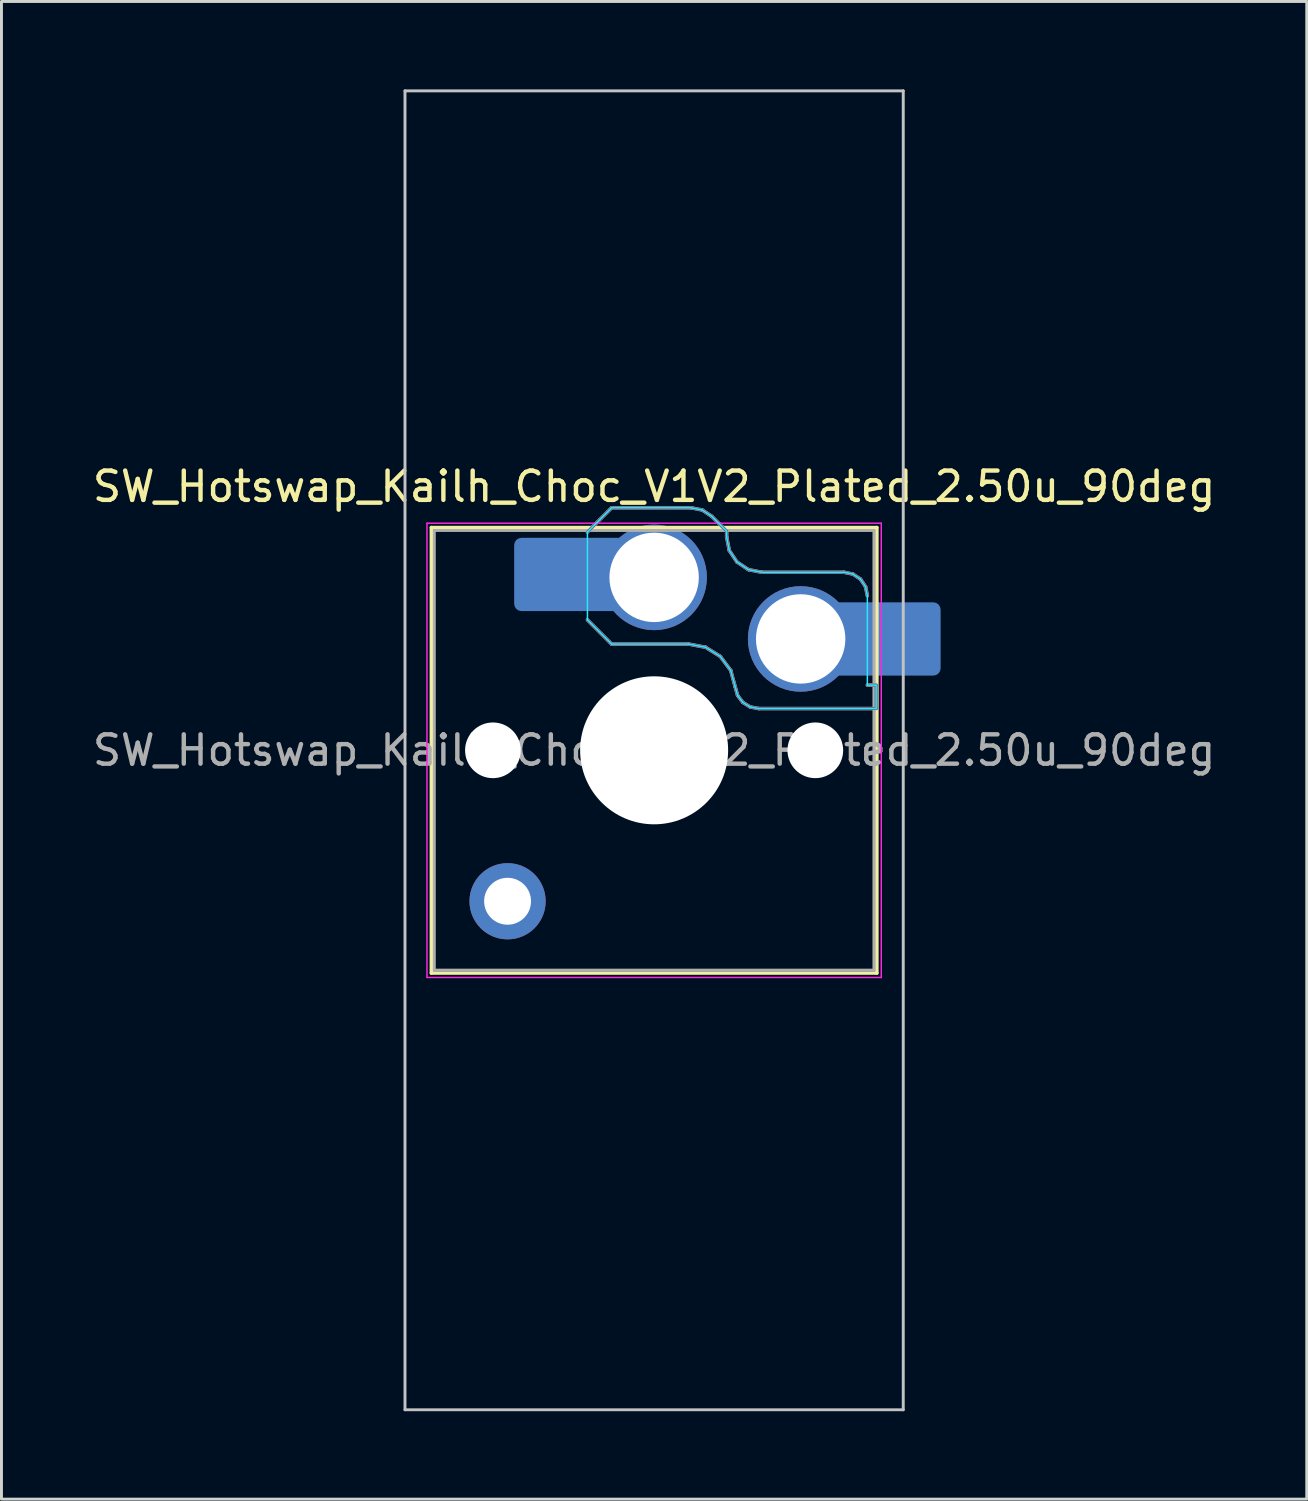
<source format=kicad_pcb>
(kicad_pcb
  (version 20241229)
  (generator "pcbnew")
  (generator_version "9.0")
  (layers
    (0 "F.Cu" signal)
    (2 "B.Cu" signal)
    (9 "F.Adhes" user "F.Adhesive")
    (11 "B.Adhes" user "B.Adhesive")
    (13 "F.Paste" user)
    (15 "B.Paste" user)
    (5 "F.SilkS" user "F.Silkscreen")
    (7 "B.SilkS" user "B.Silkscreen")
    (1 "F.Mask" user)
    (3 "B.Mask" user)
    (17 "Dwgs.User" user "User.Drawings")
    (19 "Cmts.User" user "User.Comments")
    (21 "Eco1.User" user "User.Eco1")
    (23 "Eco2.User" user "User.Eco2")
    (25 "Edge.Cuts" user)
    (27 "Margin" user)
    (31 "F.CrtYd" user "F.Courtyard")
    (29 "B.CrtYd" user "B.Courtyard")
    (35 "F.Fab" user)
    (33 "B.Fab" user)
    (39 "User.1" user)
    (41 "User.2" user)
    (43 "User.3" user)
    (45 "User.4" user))
  (footprint "SW_Hotswap_Kailh_Choc_V1V2_Plated_2.50u_90deg"
    (layer "F.Cu")
    (at 19.268 22.55)
    (property "Reference" "SW_Hotswap_Kailh_Choc_V1V2_Plated_2.50u_90deg" (at 0 -9 0) (layer "F.SilkS") (effects (font (size 1 1) (thickness 0.15))))
    (attr smd)
    (fp_line (start -7.6 -7.6) (end -7.6 7.6) (stroke (width 0.12) (type solid)) (layer "F.SilkS"))
    (fp_line (start -7.6 7.6) (end 7.6 7.6) (stroke (width 0.12) (type solid)) (layer "F.SilkS"))
    (fp_line (start 7.6 -7.6) (end -7.6 -7.6) (stroke (width 0.12) (type solid)) (layer "F.SilkS"))
    (fp_line (start 7.6 7.6) (end 7.6 -7.6) (stroke (width 0.12) (type solid)) (layer "F.SilkS"))
    (fp_line (start -2.275 -7.45) (end -1.45 -8.275) (stroke (width 0.12) (type solid)) (layer "B.SilkS"))
    (fp_line (start -1.45 -8.275) (end 1.261 -8.275) (stroke (width 0.12) (type solid)) (layer "B.SilkS"))
    (fp_line (start -1.45 -3.625) (end -2.275 -4.45) (stroke (width 0.12) (type solid)) (layer "B.SilkS"))
    (fp_line (start 1.175 -3.625) (end -1.45 -3.625) (stroke (width 0.12) (type solid)) (layer "B.SilkS"))
    (fp_line (start 1.261 -8.275) (end 1.643 -8.199) (stroke (width 0.12) (type solid)) (layer "B.SilkS"))
    (fp_line (start 1.643 -8.199) (end 1.968 -7.982) (stroke (width 0.12) (type solid)) (layer "B.SilkS"))
    (fp_line (start 1.756 -3.516) (end 1.175 -3.625) (stroke (width 0.12) (type solid)) (layer "B.SilkS"))
    (fp_line (start 1.968 -7.982) (end 2.475 -7.475) (stroke (width 0.12) (type solid)) (layer "B.SilkS"))
    (fp_line (start 2.258 -3.203) (end 1.756 -3.516) (stroke (width 0.12) (type solid)) (layer "B.SilkS"))
    (fp_line (start 2.475 -7.475) (end 2.475 -7.275) (stroke (width 0.12) (type solid)) (layer "B.SilkS"))
    (fp_line (start 2.475 -7.275) (end 2.566 -6.816) (stroke (width 0.12) (type solid)) (layer "B.SilkS"))
    (fp_line (start 2.566 -6.816) (end 2.826 -6.426) (stroke (width 0.12) (type solid)) (layer "B.SilkS"))
    (fp_line (start 2.612 -2.729) (end 2.258 -3.203) (stroke (width 0.12) (type solid)) (layer "B.SilkS"))
    (fp_line (start 2.769 -2.158) (end 2.612 -2.729) (stroke (width 0.12) (type solid)) (layer "B.SilkS"))
    (fp_line (start 2.826 -6.426) (end 3.216 -6.166) (stroke (width 0.12) (type solid)) (layer "B.SilkS"))
    (fp_line (start 2.848 -1.873) (end 2.769 -2.158) (stroke (width 0.12) (type solid)) (layer "B.SilkS"))
    (fp_line (start 3.025 -1.636) (end 2.848 -1.873) (stroke (width 0.12) (type solid)) (layer "B.SilkS"))
    (fp_line (start 3.216 -6.166) (end 3.675 -6.075) (stroke (width 0.12) (type solid)) (layer "B.SilkS"))
    (fp_line (start 3.276 -1.48) (end 3.025 -1.636) (stroke (width 0.12) (type solid)) (layer "B.SilkS"))
    (fp_line (start 3.567 -1.425) (end 3.276 -1.48) (stroke (width 0.12) (type solid)) (layer "B.SilkS"))
    (fp_line (start 3.675 -6.075) (end 6.475 -6.075) (stroke (width 0.12) (type solid)) (layer "B.SilkS"))
    (fp_line (start 6.475 -6.075) (end 6.781 -6.014) (stroke (width 0.12) (type solid)) (layer "B.SilkS"))
    (fp_line (start 6.781 -6.014) (end 7.041 -5.841) (stroke (width 0.12) (type solid)) (layer "B.SilkS"))
    (fp_line (start 7.041 -5.841) (end 7.214 -5.581) (stroke (width 0.12) (type solid)) (layer "B.SilkS"))
    (fp_line (start 7.214 -5.581) (end 7.275 -5.275) (stroke (width 0.12) (type solid)) (layer "B.SilkS"))
    (fp_line (start 7.275 -2.225) (end 7.575 -2.225) (stroke (width 0.12) (type solid)) (layer "B.SilkS"))
    (fp_line (start 7.575 -2.225) (end 7.575 -1.425) (stroke (width 0.12) (type solid)) (layer "B.SilkS"))
    (fp_line (start 7.575 -1.425) (end 3.567 -1.425) (stroke (width 0.12) (type solid)) (layer "B.SilkS"))
    (fp_line (start -8.5 -22.5) (end 8.5 -22.5) (stroke (width 0.1) (type solid)) (layer "Dwgs.User"))
    (fp_line (start -8.5 22.5) (end -8.5 -22.5) (stroke (width 0.1) (type solid)) (layer "Dwgs.User"))
    (fp_line (start 8.5 -22.5) (end 8.5 22.5) (stroke (width 0.1) (type solid)) (layer "Dwgs.User"))
    (fp_line (start 8.5 22.5) (end -8.5 22.5) (stroke (width 0.1) (type solid)) (layer "Dwgs.User"))
    (fp_line (start -7.25 -7.25) (end -7.25 7.25) (stroke (width 0.1) (type solid)) (layer "Eco1.User"))
    (fp_line (start -7.25 7.25) (end 7.25 7.25) (stroke (width 0.1) (type solid)) (layer "Eco1.User"))
    (fp_line (start 7.25 -7.25) (end -7.25 -7.25) (stroke (width 0.1) (type solid)) (layer "Eco1.User"))
    (fp_line (start 7.25 7.25) (end 7.25 -7.25) (stroke (width 0.1) (type solid)) (layer "Eco1.User"))
    (fp_line (start -2.275 -7.45) (end -1.45 -8.275) (stroke (width 0.05) (type solid)) (layer "B.CrtYd"))
    (fp_line (start -2.275 -4.45) (end -2.275 -7.45) (stroke (width 0.05) (type solid)) (layer "B.CrtYd"))
    (fp_line (start -1.45 -8.275) (end 1.261 -8.275) (stroke (width 0.05) (type solid)) (layer "B.CrtYd"))
    (fp_line (start -1.45 -3.625) (end -2.275 -4.45) (stroke (width 0.05) (type solid)) (layer "B.CrtYd"))
    (fp_line (start 1.175 -3.625) (end -1.45 -3.625) (stroke (width 0.05) (type solid)) (layer "B.CrtYd"))
    (fp_line (start 1.261 -8.275) (end 1.643 -8.199) (stroke (width 0.05) (type solid)) (layer "B.CrtYd"))
    (fp_line (start 1.643 -8.199) (end 1.968 -7.982) (stroke (width 0.05) (type solid)) (layer "B.CrtYd"))
    (fp_line (start 1.756 -3.516) (end 1.175 -3.625) (stroke (width 0.05) (type solid)) (layer "B.CrtYd"))
    (fp_line (start 1.968 -7.982) (end 2.475 -7.475) (stroke (width 0.05) (type solid)) (layer "B.CrtYd"))
    (fp_line (start 2.258 -3.203) (end 1.756 -3.516) (stroke (width 0.05) (type solid)) (layer "B.CrtYd"))
    (fp_line (start 2.475 -7.475) (end 2.475 -7.275) (stroke (width 0.05) (type solid)) (layer "B.CrtYd"))
    (fp_line (start 2.475 -7.275) (end 2.566 -6.816) (stroke (width 0.05) (type solid)) (layer "B.CrtYd"))
    (fp_line (start 2.566 -6.816) (end 2.826 -6.426) (stroke (width 0.05) (type solid)) (layer "B.CrtYd"))
    (fp_line (start 2.612 -2.729) (end 2.258 -3.203) (stroke (width 0.05) (type solid)) (layer "B.CrtYd"))
    (fp_line (start 2.769 -2.158) (end 2.612 -2.729) (stroke (width 0.05) (type solid)) (layer "B.CrtYd"))
    (fp_line (start 2.826 -6.426) (end 3.216 -6.166) (stroke (width 0.05) (type solid)) (layer "B.CrtYd"))
    (fp_line (start 2.848 -1.873) (end 2.769 -2.158) (stroke (width 0.05) (type solid)) (layer "B.CrtYd"))
    (fp_line (start 3.025 -1.636) (end 2.848 -1.873) (stroke (width 0.05) (type solid)) (layer "B.CrtYd"))
    (fp_line (start 3.216 -6.166) (end 3.675 -6.075) (stroke (width 0.05) (type solid)) (layer "B.CrtYd"))
    (fp_line (start 3.276 -1.48) (end 3.025 -1.636) (stroke (width 0.05) (type solid)) (layer "B.CrtYd"))
    (fp_line (start 3.567 -1.425) (end 3.276 -1.48) (stroke (width 0.05) (type solid)) (layer "B.CrtYd"))
    (fp_line (start 3.675 -6.075) (end 6.475 -6.075) (stroke (width 0.05) (type solid)) (layer "B.CrtYd"))
    (fp_line (start 6.475 -6.075) (end 6.781 -6.014) (stroke (width 0.05) (type solid)) (layer "B.CrtYd"))
    (fp_line (start 6.781 -6.014) (end 7.041 -5.841) (stroke (width 0.05) (type solid)) (layer "B.CrtYd"))
    (fp_line (start 7.041 -5.841) (end 7.214 -5.581) (stroke (width 0.05) (type solid)) (layer "B.CrtYd"))
    (fp_line (start 7.214 -5.581) (end 7.275 -5.275) (stroke (width 0.05) (type solid)) (layer "B.CrtYd"))
    (fp_line (start 7.275 -5.275) (end 7.275 -2.225) (stroke (width 0.05) (type solid)) (layer "B.CrtYd"))
    (fp_line (start 7.275 -2.225) (end 7.575 -2.225) (stroke (width 0.05) (type solid)) (layer "B.CrtYd"))
    (fp_line (start 7.575 -2.225) (end 7.575 -1.425) (stroke (width 0.05) (type solid)) (layer "B.CrtYd"))
    (fp_line (start 7.575 -1.425) (end 3.567 -1.425) (stroke (width 0.05) (type solid)) (layer "B.CrtYd"))
    (fp_line (start -7.75 -7.75) (end -7.75 7.75) (stroke (width 0.05) (type solid)) (layer "F.CrtYd"))
    (fp_line (start -7.75 7.75) (end 7.75 7.75) (stroke (width 0.05) (type solid)) (layer "F.CrtYd"))
    (fp_line (start 7.75 -7.75) (end -7.75 -7.75) (stroke (width 0.05) (type solid)) (layer "F.CrtYd"))
    (fp_line (start 7.75 7.75) (end 7.75 -7.75) (stroke (width 0.05) (type solid)) (layer "F.CrtYd"))
    (fp_line (start -2.275 -7.45) (end -1.45 -8.275) (stroke (width 0.1) (type solid)) (layer "B.Fab"))
    (fp_line (start -1.45 -8.275) (end 1.261 -8.275) (stroke (width 0.1) (type solid)) (layer "B.Fab"))
    (fp_line (start -1.45 -3.625) (end -2.275 -4.45) (stroke (width 0.1) (type solid)) (layer "B.Fab"))
    (fp_line (start 1.175 -3.625) (end -1.45 -3.625) (stroke (width 0.1) (type solid)) (layer "B.Fab"))
    (fp_line (start 1.261 -8.275) (end 1.643 -8.199) (stroke (width 0.1) (type solid)) (layer "B.Fab"))
    (fp_line (start 1.643 -8.199) (end 1.968 -7.982) (stroke (width 0.1) (type solid)) (layer "B.Fab"))
    (fp_line (start 1.756 -3.516) (end 1.175 -3.625) (stroke (width 0.1) (type solid)) (layer "B.Fab"))
    (fp_line (start 1.968 -7.982) (end 2.475 -7.475) (stroke (width 0.1) (type solid)) (layer "B.Fab"))
    (fp_line (start 2.258 -3.203) (end 1.756 -3.516) (stroke (width 0.1) (type solid)) (layer "B.Fab"))
    (fp_line (start 2.475 -7.475) (end 2.475 -7.275) (stroke (width 0.1) (type solid)) (layer "B.Fab"))
    (fp_line (start 2.475 -7.275) (end 2.566 -6.816) (stroke (width 0.1) (type solid)) (layer "B.Fab"))
    (fp_line (start 2.566 -6.816) (end 2.826 -6.426) (stroke (width 0.1) (type solid)) (layer "B.Fab"))
    (fp_line (start 2.612 -2.729) (end 2.258 -3.203) (stroke (width 0.1) (type solid)) (layer "B.Fab"))
    (fp_line (start 2.769 -2.158) (end 2.612 -2.729) (stroke (width 0.1) (type solid)) (layer "B.Fab"))
    (fp_line (start 2.826 -6.426) (end 3.216 -6.166) (stroke (width 0.1) (type solid)) (layer "B.Fab"))
    (fp_line (start 2.848 -1.873) (end 2.769 -2.158) (stroke (width 0.1) (type solid)) (layer "B.Fab"))
    (fp_line (start 3.025 -1.636) (end 2.848 -1.873) (stroke (width 0.1) (type solid)) (layer "B.Fab"))
    (fp_line (start 3.216 -6.166) (end 3.675 -6.075) (stroke (width 0.1) (type solid)) (layer "B.Fab"))
    (fp_line (start 3.276 -1.48) (end 3.025 -1.636) (stroke (width 0.1) (type solid)) (layer "B.Fab"))
    (fp_line (start 3.567 -1.425) (end 3.276 -1.48) (stroke (width 0.1) (type solid)) (layer "B.Fab"))
    (fp_line (start 3.675 -6.075) (end 6.475 -6.075) (stroke (width 0.1) (type solid)) (layer "B.Fab"))
    (fp_line (start 6.475 -6.075) (end 6.781 -6.014) (stroke (width 0.1) (type solid)) (layer "B.Fab"))
    (fp_line (start 6.781 -6.014) (end 7.041 -5.841) (stroke (width 0.1) (type solid)) (layer "B.Fab"))
    (fp_line (start 7.041 -5.841) (end 7.214 -5.581) (stroke (width 0.1) (type solid)) (layer "B.Fab"))
    (fp_line (start 7.214 -5.581) (end 7.275 -5.275) (stroke (width 0.1) (type solid)) (layer "B.Fab"))
    (fp_line (start 7.275 -2.225) (end 7.575 -2.225) (stroke (width 0.1) (type solid)) (layer "B.Fab"))
    (fp_line (start 7.575 -2.225) (end 7.575 -1.425) (stroke (width 0.1) (type solid)) (layer "B.Fab"))
    (fp_line (start 7.575 -1.425) (end 3.567 -1.425) (stroke (width 0.1) (type solid)) (layer "B.Fab"))
    (fp_line (start -7.5 -7.5) (end -7.5 7.5) (stroke (width 0.1) (type solid)) (layer "F.Fab"))
    (fp_line (start -7.5 7.5) (end 7.5 7.5) (stroke (width 0.1) (type solid)) (layer "F.Fab"))
    (fp_line (start 7.5 -7.5) (end -7.5 -7.5) (stroke (width 0.1) (type solid)) (layer "F.Fab"))
    (fp_line (start 7.5 7.5) (end 7.5 -7.5) (stroke (width 0.1) (type solid)) (layer "F.Fab"))
    (fp_text user "${REFERENCE}" (at 0 0 0) (layer "F.Fab") (effects (font (size 1 1) (thickness 0.15))))
    (pad "" np_thru_hole circle (at -5.5 0) (size 1.9 1.9) (drill 1.9) (layers "*.Cu" "*.Mask"))
    (pad "" smd circle (at -5 5.15) (size 1.65 1.65) (layers "F.Mask"))
    (pad "" thru_hole circle (at -5 5.15) (size 2.6 2.6) (drill 1.6) (layers "*.Cu" "B.Mask"))
    (pad "" smd roundrect (at -3.5 -6) (size 2.55 2.5) (layers "B.Mask" "B.Paste") (roundrect_rratio 0.1))
    (pad "" smd circle (at 0 -5.9) (size 3.1 3.1) (layers "F.Mask"))
    (pad "" np_thru_hole circle (at 0 0) (size 5.05 5.05) (drill 5.05) (layers "*.Cu" "*.Mask"))
    (pad "" smd circle (at 5 -3.8) (size 3.1 3.1) (layers "F.Mask"))
    (pad "" np_thru_hole circle (at 5.5 0) (size 1.9 1.9) (drill 1.9) (layers "*.Cu" "*.Mask"))
    (pad "" smd roundrect (at 8.5 -3.8) (size 2.55 2.5) (layers "B.Mask" "B.Paste") (roundrect_rratio 0.1))
    (pad "1" smd roundrect (at -2.85 -6) (size 3.85 2.5) (layers "B.Cu") (roundrect_rratio 0.1))
    (pad "1" thru_hole circle (at 0 -5.9) (size 3.6 3.6) (drill 3.05) (layers "*.Cu" "B.Mask"))
    (pad "2" thru_hole circle (at 5 -3.8) (size 3.6 3.6) (drill 3.05) (layers "*.Cu" "B.Mask"))
    (pad "2" smd roundrect (at 7.85 -3.8) (size 3.85 2.5) (layers "B.Cu") (roundrect_rratio 0.1)))
  (gr_rect
    (start -3 -3)
    (end 41.536 48.1)
    (stroke (width 0.1) (type default))
    (fill no)
    (layer "Edge.Cuts")))
</source>
